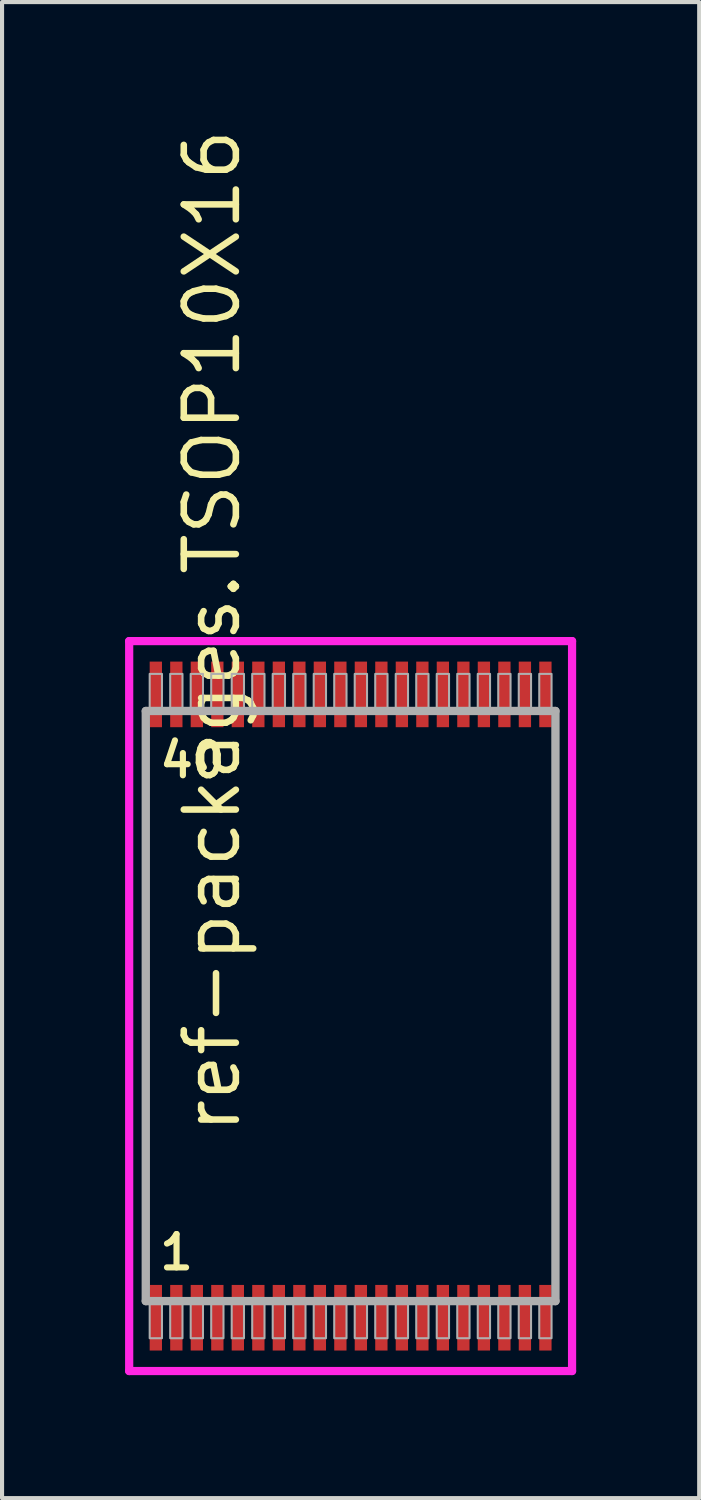
<source format=kicad_pcb>
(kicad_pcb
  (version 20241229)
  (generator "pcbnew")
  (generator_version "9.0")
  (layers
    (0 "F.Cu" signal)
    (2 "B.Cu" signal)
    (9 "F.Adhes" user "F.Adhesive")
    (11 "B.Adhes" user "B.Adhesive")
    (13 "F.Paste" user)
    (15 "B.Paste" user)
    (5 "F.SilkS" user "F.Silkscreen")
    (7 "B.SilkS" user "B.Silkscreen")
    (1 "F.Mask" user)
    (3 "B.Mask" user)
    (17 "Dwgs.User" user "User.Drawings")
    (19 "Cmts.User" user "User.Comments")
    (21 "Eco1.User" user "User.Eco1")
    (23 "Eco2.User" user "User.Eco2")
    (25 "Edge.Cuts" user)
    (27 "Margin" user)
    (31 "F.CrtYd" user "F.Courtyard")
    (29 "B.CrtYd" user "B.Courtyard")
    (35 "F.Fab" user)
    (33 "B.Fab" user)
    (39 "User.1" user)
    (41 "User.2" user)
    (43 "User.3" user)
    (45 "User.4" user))
  (footprint "ref-packages.TSOP10X16"
    (layer "F.Cu")
    (at 5.5 21.483)
    (property "Reference" "ref-packages.TSOP10X16" (at -2.635 3.175 90) (layer "F.SilkS") (effects (font (size 1.27 1.27) (thickness 0.16)) (justify left bottom)))
    (attr smd)
    (fp_line (start -5.4 -8.9) (end 5.4 -8.9) (stroke (width 0.2) (type default)) (layer "F.CrtYd"))
    (fp_line (start -5.4 8.9) (end -5.4 -8.9) (stroke (width 0.2) (type default)) (layer "F.CrtYd"))
    (fp_line (start 5.4 -8.9) (end 5.4 8.9) (stroke (width 0.2) (type default)) (layer "F.CrtYd"))
    (fp_line (start 5.4 8.9) (end -5.4 8.9) (stroke (width 0.2) (type default)) (layer "F.CrtYd"))
    (fp_line (start -4.995 -7.195) (end 4.995 -7.195) (stroke (width 0.203) (type default)) (layer "F.Fab"))
    (fp_line (start -4.995 7.195) (end -4.995 -7.195) (stroke (width 0.203) (type default)) (layer "F.Fab"))
    (fp_line (start 4.995 -7.195) (end 4.995 7.195) (stroke (width 0.203) (type default)) (layer "F.Fab"))
    (fp_line (start 4.995 7.195) (end -4.995 7.195) (stroke (width 0.203) (type default)) (layer "F.Fab"))
    (fp_rect (start -4.9 -7.25) (end -4.6 -8.1) (stroke (width 0.05) (type default)) (fill no) (layer "F.Fab"))
    (fp_rect (start -4.9 8.1) (end -4.6 7.25) (stroke (width 0.05) (type default)) (fill no) (layer "F.Fab"))
    (fp_rect (start -4.4 -7.25) (end -4.1 -8.1) (stroke (width 0.05) (type default)) (fill no) (layer "F.Fab"))
    (fp_rect (start -4.4 8.1) (end -4.1 7.25) (stroke (width 0.05) (type default)) (fill no) (layer "F.Fab"))
    (fp_rect (start -3.9 -7.25) (end -3.6 -8.1) (stroke (width 0.05) (type default)) (fill no) (layer "F.Fab"))
    (fp_rect (start -3.9 8.1) (end -3.6 7.25) (stroke (width 0.05) (type default)) (fill no) (layer "F.Fab"))
    (fp_rect (start -3.4 -7.25) (end -3.1 -8.1) (stroke (width 0.05) (type default)) (fill no) (layer "F.Fab"))
    (fp_rect (start -3.4 8.1) (end -3.1 7.25) (stroke (width 0.05) (type default)) (fill no) (layer "F.Fab"))
    (fp_rect (start -2.9 -7.25) (end -2.6 -8.1) (stroke (width 0.05) (type default)) (fill no) (layer "F.Fab"))
    (fp_rect (start -2.9 8.1) (end -2.6 7.25) (stroke (width 0.05) (type default)) (fill no) (layer "F.Fab"))
    (fp_rect (start -2.4 -7.25) (end -2.1 -8.1) (stroke (width 0.05) (type default)) (fill no) (layer "F.Fab"))
    (fp_rect (start -2.4 8.1) (end -2.1 7.25) (stroke (width 0.05) (type default)) (fill no) (layer "F.Fab"))
    (fp_rect (start -1.9 -7.25) (end -1.6 -8.1) (stroke (width 0.05) (type default)) (fill no) (layer "F.Fab"))
    (fp_rect (start -1.9 8.1) (end -1.6 7.25) (stroke (width 0.05) (type default)) (fill no) (layer "F.Fab"))
    (fp_rect (start -1.4 -7.25) (end -1.1 -8.1) (stroke (width 0.05) (type default)) (fill no) (layer "F.Fab"))
    (fp_rect (start -1.4 8.1) (end -1.1 7.25) (stroke (width 0.05) (type default)) (fill no) (layer "F.Fab"))
    (fp_rect (start -0.9 -7.25) (end -0.6 -8.1) (stroke (width 0.05) (type default)) (fill no) (layer "F.Fab"))
    (fp_rect (start -0.9 8.1) (end -0.6 7.25) (stroke (width 0.05) (type default)) (fill no) (layer "F.Fab"))
    (fp_rect (start -0.4 -7.25) (end -0.1 -8.1) (stroke (width 0.05) (type default)) (fill no) (layer "F.Fab"))
    (fp_rect (start -0.4 8.1) (end -0.1 7.25) (stroke (width 0.05) (type default)) (fill no) (layer "F.Fab"))
    (fp_rect (start 0.1 -7.25) (end 0.4 -8.1) (stroke (width 0.05) (type default)) (fill no) (layer "F.Fab"))
    (fp_rect (start 0.1 8.1) (end 0.4 7.25) (stroke (width 0.05) (type default)) (fill no) (layer "F.Fab"))
    (fp_rect (start 0.6 -7.25) (end 0.9 -8.1) (stroke (width 0.05) (type default)) (fill no) (layer "F.Fab"))
    (fp_rect (start 0.6 8.1) (end 0.9 7.25) (stroke (width 0.05) (type default)) (fill no) (layer "F.Fab"))
    (fp_rect (start 1.1 -7.25) (end 1.4 -8.1) (stroke (width 0.05) (type default)) (fill no) (layer "F.Fab"))
    (fp_rect (start 1.1 8.1) (end 1.4 7.25) (stroke (width 0.05) (type default)) (fill no) (layer "F.Fab"))
    (fp_rect (start 1.6 -7.25) (end 1.9 -8.1) (stroke (width 0.05) (type default)) (fill no) (layer "F.Fab"))
    (fp_rect (start 1.6 8.1) (end 1.9 7.25) (stroke (width 0.05) (type default)) (fill no) (layer "F.Fab"))
    (fp_rect (start 2.1 -7.25) (end 2.4 -8.1) (stroke (width 0.05) (type default)) (fill no) (layer "F.Fab"))
    (fp_rect (start 2.1 8.1) (end 2.4 7.25) (stroke (width 0.05) (type default)) (fill no) (layer "F.Fab"))
    (fp_rect (start 2.6 -7.25) (end 2.9 -8.1) (stroke (width 0.05) (type default)) (fill no) (layer "F.Fab"))
    (fp_rect (start 2.6 8.1) (end 2.9 7.25) (stroke (width 0.05) (type default)) (fill no) (layer "F.Fab"))
    (fp_rect (start 3.1 -7.25) (end 3.4 -8.1) (stroke (width 0.05) (type default)) (fill no) (layer "F.Fab"))
    (fp_rect (start 3.1 8.1) (end 3.4 7.25) (stroke (width 0.05) (type default)) (fill no) (layer "F.Fab"))
    (fp_rect (start 3.6 -7.25) (end 3.9 -8.1) (stroke (width 0.05) (type default)) (fill no) (layer "F.Fab"))
    (fp_rect (start 3.6 8.1) (end 3.9 7.25) (stroke (width 0.05) (type default)) (fill no) (layer "F.Fab"))
    (fp_rect (start 4.1 -7.25) (end 4.4 -8.1) (stroke (width 0.05) (type default)) (fill no) (layer "F.Fab"))
    (fp_rect (start 4.1 8.1) (end 4.4 7.25) (stroke (width 0.05) (type default)) (fill no) (layer "F.Fab"))
    (fp_rect (start 4.6 -7.25) (end 4.9 -8.1) (stroke (width 0.05) (type default)) (fill no) (layer "F.Fab"))
    (fp_rect (start 4.6 8.1) (end 4.9 7.25) (stroke (width 0.05) (type default)) (fill no) (layer "F.Fab"))
    (fp_text user "40" (at -4.731 -5.52 0) (layer "F.SilkS") (effects (font (size 0.813 0.813) (thickness 0.15)) (justify left bottom)))
    (fp_text user "1" (at -4.731 6.48 0) (layer "F.SilkS") (effects (font (size 0.813 0.813) (thickness 0.15)) (justify left bottom)))
    (pad "1" smd roundrect (at -4.75 7.6) (size 0.3 1.6) (layers "F.Cu" "F.Mask" "F.Paste") (roundrect_rratio 0.01))
    (pad "2" smd roundrect (at -4.25 7.6) (size 0.3 1.6) (layers "F.Cu" "F.Mask" "F.Paste") (roundrect_rratio 0.01))
    (pad "3" smd roundrect (at -3.75 7.6) (size 0.3 1.6) (layers "F.Cu" "F.Mask" "F.Paste") (roundrect_rratio 0.01))
    (pad "4" smd roundrect (at -3.25 7.6) (size 0.3 1.6) (layers "F.Cu" "F.Mask" "F.Paste") (roundrect_rratio 0.01))
    (pad "5" smd roundrect (at -2.75 7.6) (size 0.3 1.6) (layers "F.Cu" "F.Mask" "F.Paste") (roundrect_rratio 0.01))
    (pad "6" smd roundrect (at -2.25 7.6) (size 0.3 1.6) (layers "F.Cu" "F.Mask" "F.Paste") (roundrect_rratio 0.01))
    (pad "7" smd roundrect (at -1.75 7.6) (size 0.3 1.6) (layers "F.Cu" "F.Mask" "F.Paste") (roundrect_rratio 0.01))
    (pad "8" smd roundrect (at -1.25 7.6) (size 0.3 1.6) (layers "F.Cu" "F.Mask" "F.Paste") (roundrect_rratio 0.01))
    (pad "9" smd roundrect (at -0.75 7.6) (size 0.3 1.6) (layers "F.Cu" "F.Mask" "F.Paste") (roundrect_rratio 0.01))
    (pad "10" smd roundrect (at -0.25 7.6) (size 0.3 1.6) (layers "F.Cu" "F.Mask" "F.Paste") (roundrect_rratio 0.01))
    (pad "11" smd roundrect (at 0.25 7.6) (size 0.3 1.6) (layers "F.Cu" "F.Mask" "F.Paste") (roundrect_rratio 0.01))
    (pad "12" smd roundrect (at 0.75 7.6) (size 0.3 1.6) (layers "F.Cu" "F.Mask" "F.Paste") (roundrect_rratio 0.01))
    (pad "13" smd roundrect (at 1.25 7.6) (size 0.3 1.6) (layers "F.Cu" "F.Mask" "F.Paste") (roundrect_rratio 0.01))
    (pad "14" smd roundrect (at 1.75 7.6) (size 0.3 1.6) (layers "F.Cu" "F.Mask" "F.Paste") (roundrect_rratio 0.01))
    (pad "15" smd roundrect (at 2.25 7.6) (size 0.3 1.6) (layers "F.Cu" "F.Mask" "F.Paste") (roundrect_rratio 0.01))
    (pad "16" smd roundrect (at 2.75 7.6) (size 0.3 1.6) (layers "F.Cu" "F.Mask" "F.Paste") (roundrect_rratio 0.01))
    (pad "17" smd roundrect (at 3.25 7.6) (size 0.3 1.6) (layers "F.Cu" "F.Mask" "F.Paste") (roundrect_rratio 0.01))
    (pad "18" smd roundrect (at 3.75 7.6) (size 0.3 1.6) (layers "F.Cu" "F.Mask" "F.Paste") (roundrect_rratio 0.01))
    (pad "19" smd roundrect (at 4.25 7.6) (size 0.3 1.6) (layers "F.Cu" "F.Mask" "F.Paste") (roundrect_rratio 0.01))
    (pad "20" smd roundrect (at 4.75 7.6) (size 0.3 1.6) (layers "F.Cu" "F.Mask" "F.Paste") (roundrect_rratio 0.01))
    (pad "21" smd roundrect (at 4.75 -7.6) (size 0.3 1.6) (layers "F.Cu" "F.Mask" "F.Paste") (roundrect_rratio 0.01))
    (pad "22" smd roundrect (at 4.25 -7.6) (size 0.3 1.6) (layers "F.Cu" "F.Mask" "F.Paste") (roundrect_rratio 0.01))
    (pad "23" smd roundrect (at 3.75 -7.6) (size 0.3 1.6) (layers "F.Cu" "F.Mask" "F.Paste") (roundrect_rratio 0.01))
    (pad "24" smd roundrect (at 3.25 -7.6) (size 0.3 1.6) (layers "F.Cu" "F.Mask" "F.Paste") (roundrect_rratio 0.01))
    (pad "25" smd roundrect (at 2.75 -7.6) (size 0.3 1.6) (layers "F.Cu" "F.Mask" "F.Paste") (roundrect_rratio 0.01))
    (pad "26" smd roundrect (at 2.25 -7.6) (size 0.3 1.6) (layers "F.Cu" "F.Mask" "F.Paste") (roundrect_rratio 0.01))
    (pad "27" smd roundrect (at 1.75 -7.6) (size 0.3 1.6) (layers "F.Cu" "F.Mask" "F.Paste") (roundrect_rratio 0.01))
    (pad "28" smd roundrect (at 1.25 -7.6) (size 0.3 1.6) (layers "F.Cu" "F.Mask" "F.Paste") (roundrect_rratio 0.01))
    (pad "29" smd roundrect (at 0.75 -7.6) (size 0.3 1.6) (layers "F.Cu" "F.Mask" "F.Paste") (roundrect_rratio 0.01))
    (pad "30" smd roundrect (at 0.25 -7.6) (size 0.3 1.6) (layers "F.Cu" "F.Mask" "F.Paste") (roundrect_rratio 0.01))
    (pad "31" smd roundrect (at -0.25 -7.6) (size 0.3 1.6) (layers "F.Cu" "F.Mask" "F.Paste") (roundrect_rratio 0.01))
    (pad "32" smd roundrect (at -0.75 -7.6) (size 0.3 1.6) (layers "F.Cu" "F.Mask" "F.Paste") (roundrect_rratio 0.01))
    (pad "33" smd roundrect (at -1.25 -7.6) (size 0.3 1.6) (layers "F.Cu" "F.Mask" "F.Paste") (roundrect_rratio 0.01))
    (pad "34" smd roundrect (at -1.75 -7.6) (size 0.3 1.6) (layers "F.Cu" "F.Mask" "F.Paste") (roundrect_rratio 0.01))
    (pad "35" smd roundrect (at -2.25 -7.6) (size 0.3 1.6) (layers "F.Cu" "F.Mask" "F.Paste") (roundrect_rratio 0.01))
    (pad "36" smd roundrect (at -2.75 -7.6) (size 0.3 1.6) (layers "F.Cu" "F.Mask" "F.Paste") (roundrect_rratio 0.01))
    (pad "37" smd roundrect (at -3.25 -7.6) (size 0.3 1.6) (layers "F.Cu" "F.Mask" "F.Paste") (roundrect_rratio 0.01))
    (pad "38" smd roundrect (at -3.75 -7.6) (size 0.3 1.6) (layers "F.Cu" "F.Mask" "F.Paste") (roundrect_rratio 0.01))
    (pad "39" smd roundrect (at -4.25 -7.6) (size 0.3 1.6) (layers "F.Cu" "F.Mask" "F.Paste") (roundrect_rratio 0.01))
    (pad "40" smd roundrect (at -4.75 -7.6) (size 0.3 1.6) (layers "F.Cu" "F.Mask" "F.Paste") (roundrect_rratio 0.01)))
  (gr_rect
    (start -3 -3)
    (end 14 33.483)
    (stroke (width 0.1) (type default))
    (fill no)
    (layer "Edge.Cuts")))
</source>
